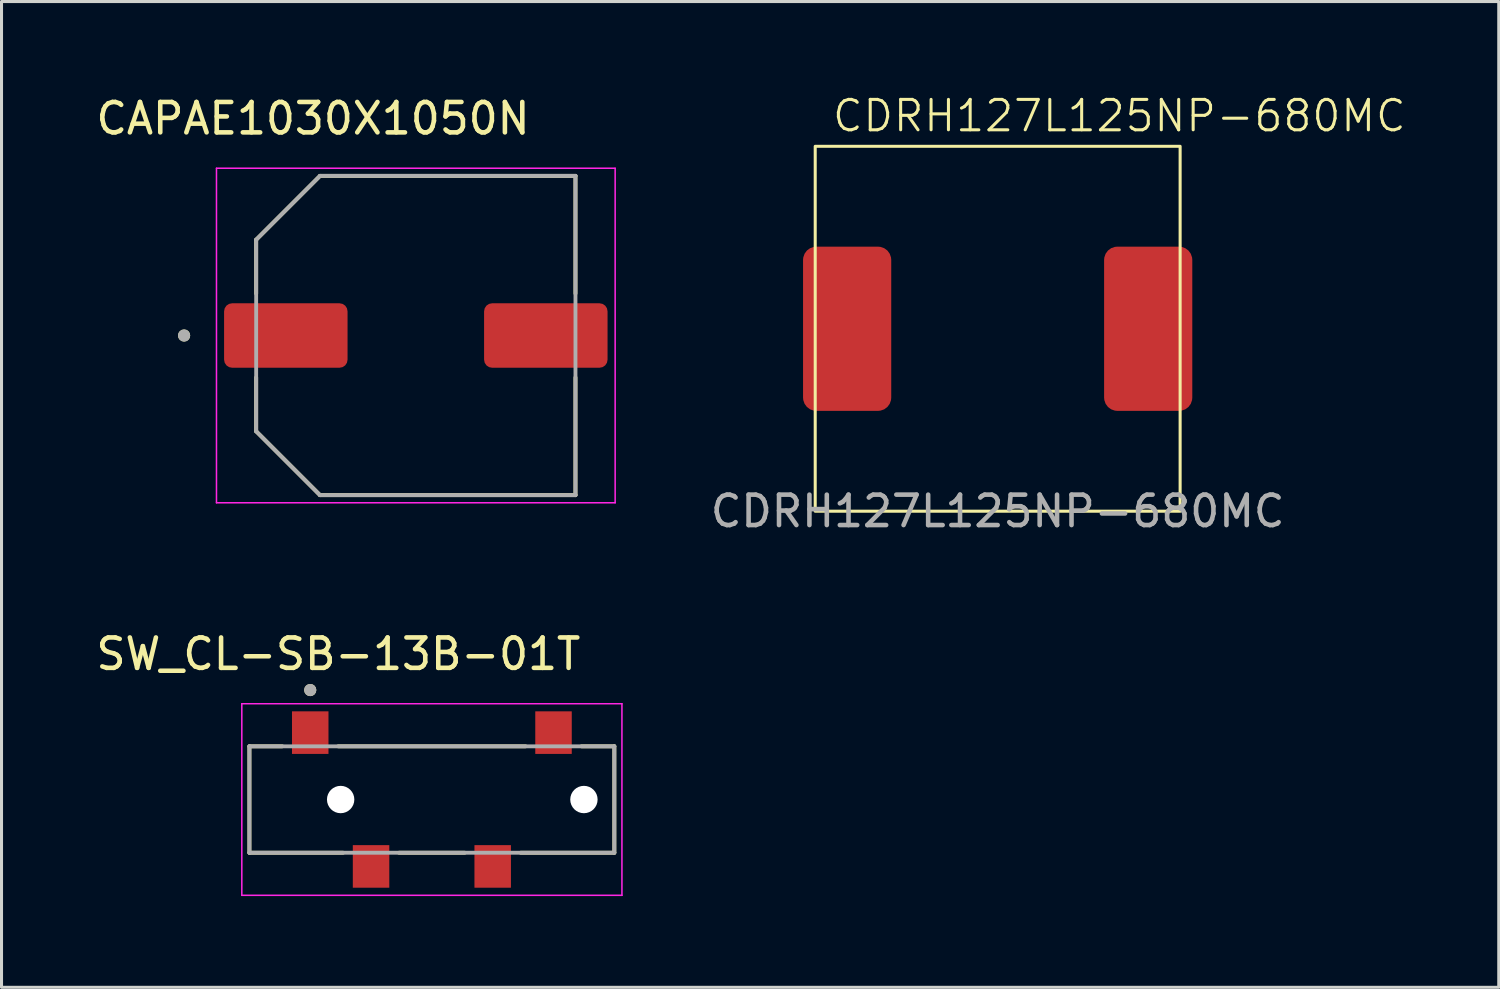
<source format=kicad_pcb>
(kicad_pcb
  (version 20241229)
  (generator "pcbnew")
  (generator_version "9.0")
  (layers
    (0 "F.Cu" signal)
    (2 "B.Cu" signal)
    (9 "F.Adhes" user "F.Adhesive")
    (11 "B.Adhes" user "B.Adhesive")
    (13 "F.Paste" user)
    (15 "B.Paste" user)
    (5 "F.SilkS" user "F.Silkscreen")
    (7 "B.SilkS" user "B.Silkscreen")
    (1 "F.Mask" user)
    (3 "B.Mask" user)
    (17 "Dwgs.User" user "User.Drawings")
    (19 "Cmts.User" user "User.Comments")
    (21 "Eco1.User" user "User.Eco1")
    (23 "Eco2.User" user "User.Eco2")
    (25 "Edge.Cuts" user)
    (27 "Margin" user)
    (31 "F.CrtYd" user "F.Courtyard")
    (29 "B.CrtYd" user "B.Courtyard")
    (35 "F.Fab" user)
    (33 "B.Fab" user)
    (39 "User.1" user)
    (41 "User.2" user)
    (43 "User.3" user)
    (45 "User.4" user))
  (footprint "SW_CL-SB-13B-01T"
    (layer "F.Cu")
    (at 11.152 23.242)
    (property "Reference" "SW_CL-SB-13B-01T" (at -3.075 -4.785 0) (layer "F.SilkS") (effects (font (size 1 1) (thickness 0.15))))
    (attr smd)
    (fp_line (start -6 -1.75) (end -4.92 -1.75) (stroke (width 0.127) (type solid)) (layer "F.SilkS"))
    (fp_line (start -6 1.75) (end -6 -1.75) (stroke (width 0.127) (type solid)) (layer "F.SilkS"))
    (fp_line (start -3.08 -1.75) (end 3.08 -1.75) (stroke (width 0.127) (type solid)) (layer "F.SilkS"))
    (fp_line (start -2.92 1.75) (end -6 1.75) (stroke (width 0.127) (type solid)) (layer "F.SilkS"))
    (fp_line (start -1.08 1.75) (end 1.08 1.75) (stroke (width 0.127) (type solid)) (layer "F.SilkS"))
    (fp_line (start 4.92 -1.75) (end 6 -1.75) (stroke (width 0.127) (type solid)) (layer "F.SilkS"))
    (fp_line (start 6 -1.75) (end 6 1.75) (stroke (width 0.127) (type solid)) (layer "F.SilkS"))
    (fp_line (start 6 1.75) (end 2.92 1.75) (stroke (width 0.127) (type solid)) (layer "F.SilkS"))
    (fp_circle (center -4 -3.6) (end -3.9 -3.6) (stroke (width 0.2) (type solid)) (fill no) (layer "F.SilkS"))
    (fp_line (start -6.25 -3.15) (end -6.25 3.15) (stroke (width 0.05) (type solid)) (layer "F.CrtYd"))
    (fp_line (start -6.25 3.15) (end 6.25 3.15) (stroke (width 0.05) (type solid)) (layer "F.CrtYd"))
    (fp_line (start 6.25 -3.15) (end -6.25 -3.15) (stroke (width 0.05) (type solid)) (layer "F.CrtYd"))
    (fp_line (start 6.25 3.15) (end 6.25 -3.15) (stroke (width 0.05) (type solid)) (layer "F.CrtYd"))
    (fp_line (start -6 -1.75) (end 6 -1.75) (stroke (width 0.127) (type solid)) (layer "F.Fab"))
    (fp_line (start -6 1.75) (end -6 -1.75) (stroke (width 0.127) (type solid)) (layer "F.Fab"))
    (fp_line (start 6 -1.75) (end 6 1.75) (stroke (width 0.127) (type solid)) (layer "F.Fab"))
    (fp_line (start 6 1.75) (end -6 1.75) (stroke (width 0.127) (type solid)) (layer "F.Fab"))
    (fp_circle (center -4 -3.6) (end -3.9 -3.6) (stroke (width 0.2) (type solid)) (fill no) (layer "F.Fab"))
    (pad "" np_thru_hole circle (at -3 0) (size 0.9 0.9) (drill 0.9) (layers "*.Cu" "*.Mask"))
    (pad "" np_thru_hole circle (at 5 0) (size 0.9 0.9) (drill 0.9) (layers "*.Cu" "*.Mask"))
    (pad "1" smd rect (at -4 -2.2) (size 1.2 1.4) (layers "F.Cu" "F.Mask" "F.Paste"))
    (pad "2" smd rect (at -2 2.2) (size 1.2 1.4) (layers "F.Cu" "F.Mask" "F.Paste"))
    (pad "3" smd rect (at 2 2.2) (size 1.2 1.4) (layers "F.Cu" "F.Mask" "F.Paste"))
    (pad "4" smd rect (at 4 -2.2) (size 1.2 1.4) (layers "F.Cu" "F.Mask" "F.Paste")))
  (footprint "CDRH127L125NP-680MC"
    (layer "F.Cu")
    (at 29.758 7.761)
    (property "Reference" "CDRH127L125NP-680MC" (at 4 -7 0) (unlocked yes) (layer "F.SilkS") (effects (font (size 1 1) (thickness 0.1))))
    (attr smd)
    (fp_rect (start -6 -6) (end 6 6) (stroke (width 0.1) (type solid)) (fill no) (layer "F.SilkS"))
    (fp_rect (start -6.6 -6.3) (end 6.6 6.3) (stroke (width 0.1) (type solid)) (fill no) (layer "Margin"))
    (fp_text user "${REFERENCE}" (at 0 6 0) (unlocked yes) (layer "F.Fab") (effects (font (size 1 1) (thickness 0.15))))
    (pad "1" smd roundrect (at -4.95 0 90) (size 5.4 2.9) (layers "F.Cu" "F.Mask" "F.Paste") (roundrect_rratio 0.15))
    (pad "2" smd roundrect (at 4.95 0 90) (size 5.4 2.9) (layers "F.Cu" "F.Mask" "F.Paste") (roundrect_rratio 0.15)))
  (footprint "CAPAE1030X1050N"
    (layer "F.Cu")
    (at 10.624 7.983)
    (property "Reference" "CAPAE1030X1050N" (at -3.38 -7.135 0) (layer "F.SilkS") (effects (font (size 1 1) (thickness 0.15))))
    (attr smd)
    (fp_line (start -5.25 -3.15) (end -3.15 -5.25) (stroke (width 0.127) (type solid)) (layer "F.SilkS"))
    (fp_line (start -5.25 -1.38) (end -5.25 -3.15) (stroke (width 0.127) (type solid)) (layer "F.SilkS"))
    (fp_line (start -5.25 3.15) (end -5.25 1.38) (stroke (width 0.127) (type solid)) (layer "F.SilkS"))
    (fp_line (start -3.15 -5.25) (end 5.25 -5.25) (stroke (width 0.127) (type solid)) (layer "F.SilkS"))
    (fp_line (start -3.15 5.25) (end -5.25 3.15) (stroke (width 0.127) (type solid)) (layer "F.SilkS"))
    (fp_line (start 5.25 -5.25) (end 5.25 -1.38) (stroke (width 0.127) (type solid)) (layer "F.SilkS"))
    (fp_line (start 5.25 5.25) (end -3.15 5.25) (stroke (width 0.127) (type solid)) (layer "F.SilkS"))
    (fp_line (start 5.25 5.25) (end 5.25 1.38) (stroke (width 0.127) (type solid)) (layer "F.SilkS"))
    (fp_circle (center -7.62 0) (end -7.52 0) (stroke (width 0.2) (type solid)) (fill no) (layer "F.SilkS"))
    (fp_line (start -6.555 -5.5) (end -6.555 5.5) (stroke (width 0.05) (type solid)) (layer "F.CrtYd"))
    (fp_line (start -6.555 5.5) (end 6.555 5.5) (stroke (width 0.05) (type solid)) (layer "F.CrtYd"))
    (fp_line (start 6.555 -5.5) (end -6.555 -5.5) (stroke (width 0.05) (type solid)) (layer "F.CrtYd"))
    (fp_line (start 6.555 5.5) (end 6.555 -5.5) (stroke (width 0.05) (type solid)) (layer "F.CrtYd"))
    (fp_line (start -5.25 -3.15) (end -3.15 -5.25) (stroke (width 0.127) (type solid)) (layer "F.Fab"))
    (fp_line (start -5.25 3.15) (end -5.25 -3.15) (stroke (width 0.127) (type solid)) (layer "F.Fab"))
    (fp_line (start -3.15 -5.25) (end 5.25 -5.25) (stroke (width 0.127) (type solid)) (layer "F.Fab"))
    (fp_line (start -3.15 5.25) (end -5.25 3.15) (stroke (width 0.127) (type solid)) (layer "F.Fab"))
    (fp_line (start 5.25 -5.25) (end 5.25 5.25) (stroke (width 0.127) (type solid)) (layer "F.Fab"))
    (fp_line (start 5.25 5.25) (end -3.15 5.25) (stroke (width 0.127) (type solid)) (layer "F.Fab"))
    (fp_circle (center -7.62 0) (end -7.52 0) (stroke (width 0.2) (type solid)) (fill no) (layer "F.Fab"))
    (pad "N" smd roundrect (at 4.275 0) (size 4.06 2.12) (layers "F.Cu" "F.Mask" "F.Paste") (roundrect_rratio 0.125))
    (pad "P" smd roundrect (at -4.275 0) (size 4.06 2.12) (layers "F.Cu" "F.Mask" "F.Paste") (roundrect_rratio 0.125)))
  (gr_rect
    (start -3 -3)
    (end 46.236 29.417)
    (stroke (width 0.1) (type default))
    (fill no)
    (layer "Edge.Cuts")))
</source>
